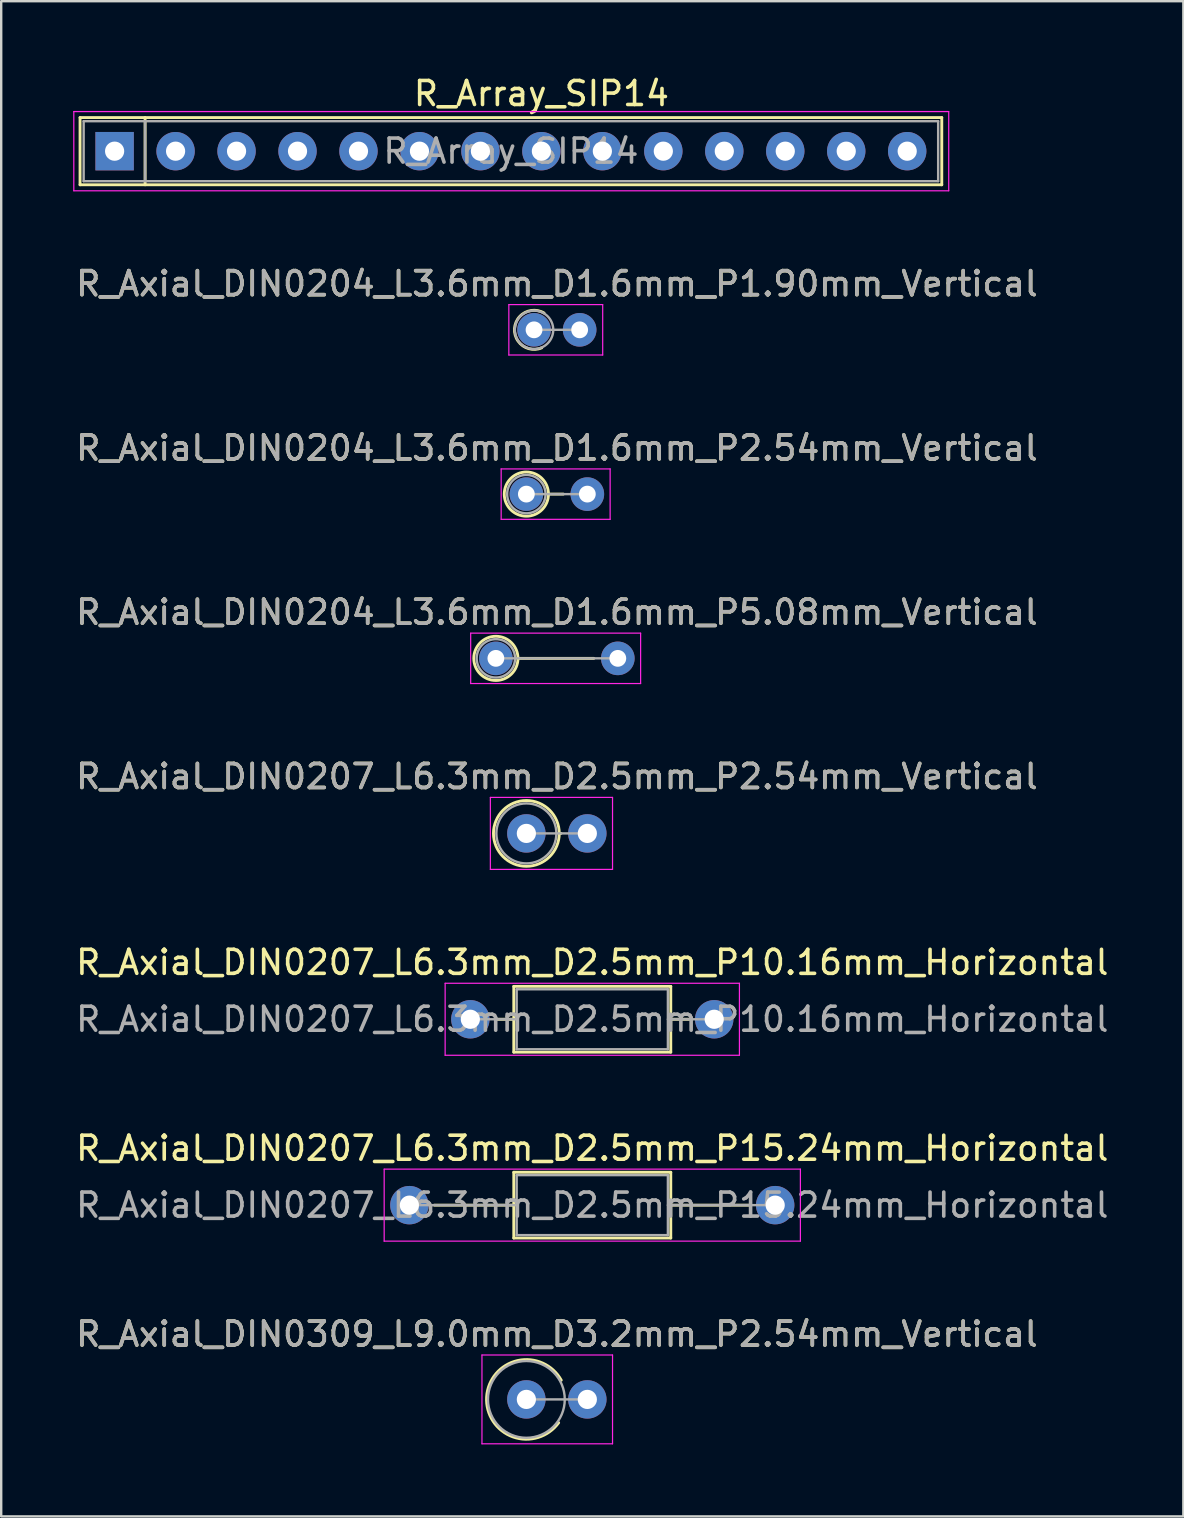
<source format=kicad_pcb>
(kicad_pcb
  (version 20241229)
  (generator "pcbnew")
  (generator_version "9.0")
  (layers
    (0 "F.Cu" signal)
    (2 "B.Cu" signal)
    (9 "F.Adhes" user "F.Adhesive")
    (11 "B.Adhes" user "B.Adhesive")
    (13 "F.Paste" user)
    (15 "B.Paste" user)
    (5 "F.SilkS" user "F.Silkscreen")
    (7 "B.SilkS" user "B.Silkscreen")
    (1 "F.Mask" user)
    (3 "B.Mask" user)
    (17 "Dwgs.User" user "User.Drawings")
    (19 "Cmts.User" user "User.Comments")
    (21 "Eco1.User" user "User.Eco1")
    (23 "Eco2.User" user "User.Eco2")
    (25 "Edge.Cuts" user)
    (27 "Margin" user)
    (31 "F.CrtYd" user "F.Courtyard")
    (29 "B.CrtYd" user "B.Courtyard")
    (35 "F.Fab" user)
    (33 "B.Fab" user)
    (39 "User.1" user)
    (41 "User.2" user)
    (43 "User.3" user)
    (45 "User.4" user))
  (footprint "R_Axial_DIN0309_L9.0mm_D3.2mm_P2.54mm_Vertical"
    (layer "F.Cu")
    (at 18.879 55.251)
    (property "Reference" "R_Axial_DIN0309_L9.0mm_D3.2mm_P2.54mm_Vertical" (at 1.27 -2.72 0) (layer "F.SilkS") (effects (font (size 1 1) (thickness 0.15))))
    (attr through_hole)
    (fp_arc (start 1.344775 0.97138) (mid -1.655812 -0.101418) (end 1.453272 -0.8) (stroke (width 0.12) (type solid)) (layer "F.SilkS"))
    (fp_line (start -1.85 -1.85) (end -1.85 1.85) (stroke (width 0.05) (type solid)) (layer "F.CrtYd"))
    (fp_line (start -1.85 1.85) (end 3.59 1.85) (stroke (width 0.05) (type solid)) (layer "F.CrtYd"))
    (fp_line (start 3.59 -1.85) (end -1.85 -1.85) (stroke (width 0.05) (type solid)) (layer "F.CrtYd"))
    (fp_line (start 3.59 1.85) (end 3.59 -1.85) (stroke (width 0.05) (type solid)) (layer "F.CrtYd"))
    (fp_line (start 0 0) (end 2.54 0) (stroke (width 0.1) (type solid)) (layer "F.Fab"))
    (fp_circle (center 0 0) (end 1.6 0) (stroke (width 0.1) (type solid)) (fill no) (layer "F.Fab"))
    (fp_text user "${REFERENCE}" (at 1.27 -2.72 0) (layer "F.Fab") (effects (font (size 1 1) (thickness 0.15))))
    (pad "1" thru_hole circle (at 0 0) (size 1.6 1.6) (drill 0.8) (layers "*.Cu" "*.Mask"))
    (pad "2" thru_hole oval (at 2.54 0) (size 1.6 1.6) (drill 0.8) (layers "*.Cu" "*.Mask")))
  (footprint "R_Axial_DIN0207_L6.3mm_D2.5mm_P10.16mm_Horizontal"
    (layer "F.Cu")
    (at 16.545 39.414)
    (property "Reference" "R_Axial_DIN0207_L6.3mm_D2.5mm_P10.16mm_Horizontal" (at 5.08 -2.37 0) (layer "F.SilkS") (effects (font (size 1 1) (thickness 0.15))))
    (attr through_hole)
    (fp_line (start 1.04 0) (end 1.81 0) (stroke (width 0.12) (type solid)) (layer "F.SilkS"))
    (fp_line (start 1.81 -1.37) (end 1.81 1.37) (stroke (width 0.12) (type solid)) (layer "F.SilkS"))
    (fp_line (start 1.81 1.37) (end 8.35 1.37) (stroke (width 0.12) (type solid)) (layer "F.SilkS"))
    (fp_line (start 8.35 -1.37) (end 1.81 -1.37) (stroke (width 0.12) (type solid)) (layer "F.SilkS"))
    (fp_line (start 8.35 1.37) (end 8.35 -1.37) (stroke (width 0.12) (type solid)) (layer "F.SilkS"))
    (fp_line (start 9.12 0) (end 8.35 0) (stroke (width 0.12) (type solid)) (layer "F.SilkS"))
    (fp_line (start -1.05 -1.5) (end -1.05 1.5) (stroke (width 0.05) (type solid)) (layer "F.CrtYd"))
    (fp_line (start -1.05 1.5) (end 11.21 1.5) (stroke (width 0.05) (type solid)) (layer "F.CrtYd"))
    (fp_line (start 11.21 -1.5) (end -1.05 -1.5) (stroke (width 0.05) (type solid)) (layer "F.CrtYd"))
    (fp_line (start 11.21 1.5) (end 11.21 -1.5) (stroke (width 0.05) (type solid)) (layer "F.CrtYd"))
    (fp_line (start 0 0) (end 1.93 0) (stroke (width 0.1) (type solid)) (layer "F.Fab"))
    (fp_line (start 1.93 -1.25) (end 1.93 1.25) (stroke (width 0.1) (type solid)) (layer "F.Fab"))
    (fp_line (start 1.93 1.25) (end 8.23 1.25) (stroke (width 0.1) (type solid)) (layer "F.Fab"))
    (fp_line (start 8.23 -1.25) (end 1.93 -1.25) (stroke (width 0.1) (type solid)) (layer "F.Fab"))
    (fp_line (start 8.23 1.25) (end 8.23 -1.25) (stroke (width 0.1) (type solid)) (layer "F.Fab"))
    (fp_line (start 10.16 0) (end 8.23 0) (stroke (width 0.1) (type solid)) (layer "F.Fab"))
    (fp_text user "${REFERENCE}" (at 5.08 0 0) (layer "F.Fab") (effects (font (size 1 1) (thickness 0.15))))
    (pad "1" thru_hole circle (at 0 0) (size 1.6 1.6) (drill 0.8) (layers "*.Cu" "*.Mask"))
    (pad "2" thru_hole oval (at 10.16 0) (size 1.6 1.6) (drill 0.8) (layers "*.Cu" "*.Mask")))
  (footprint "R_Axial_DIN0204_L3.6mm_D1.6mm_P5.08mm_Vertical"
    (layer "F.Cu")
    (at 17.609 24.378)
    (property "Reference" "R_Axial_DIN0204_L3.6mm_D1.6mm_P5.08mm_Vertical" (at 2.54 -1.92 0) (layer "F.SilkS") (effects (font (size 1 1) (thickness 0.15))))
    (attr through_hole)
    (fp_line (start 0.92 0) (end 4.08 0) (stroke (width 0.12) (type solid)) (layer "F.SilkS"))
    (fp_circle (center 0 0) (end 0.92 0) (stroke (width 0.12) (type solid)) (fill no) (layer "F.SilkS"))
    (fp_line (start -1.05 -1.05) (end -1.05 1.05) (stroke (width 0.05) (type solid)) (layer "F.CrtYd"))
    (fp_line (start -1.05 1.05) (end 6.03 1.05) (stroke (width 0.05) (type solid)) (layer "F.CrtYd"))
    (fp_line (start 6.03 -1.05) (end -1.05 -1.05) (stroke (width 0.05) (type solid)) (layer "F.CrtYd"))
    (fp_line (start 6.03 1.05) (end 6.03 -1.05) (stroke (width 0.05) (type solid)) (layer "F.CrtYd"))
    (fp_line (start 0 0) (end 5.08 0) (stroke (width 0.1) (type solid)) (layer "F.Fab"))
    (fp_circle (center 0 0) (end 0.8 0) (stroke (width 0.1) (type solid)) (fill no) (layer "F.Fab"))
    (fp_text user "${REFERENCE}" (at 2.54 -1.92 0) (layer "F.Fab") (effects (font (size 1 1) (thickness 0.15))))
    (pad "1" thru_hole circle (at 0 0) (size 1.4 1.4) (drill 0.7) (layers "*.Cu" "*.Mask"))
    (pad "2" thru_hole oval (at 5.08 0) (size 1.4 1.4) (drill 0.7) (layers "*.Cu" "*.Mask")))
  (footprint "R_Axial_DIN0204_L3.6mm_D1.6mm_P1.90mm_Vertical"
    (layer "F.Cu")
    (at 19.199 10.691)
    (property "Reference" "R_Axial_DIN0204_L3.6mm_D1.6mm_P1.90mm_Vertical" (at 0.95 -1.92 0) (layer "F.SilkS") (effects (font (size 1 1) (thickness 0.15))))
    (attr through_hole)
    (fp_arc (start 0.320095 0.749359) (mid -0.813042 -0.054435) (end 0.417133 -0.7) (stroke (width 0.12) (type solid)) (layer "F.SilkS"))
    (fp_line (start -1.05 -1.05) (end -1.05 1.05) (stroke (width 0.05) (type solid)) (layer "F.CrtYd"))
    (fp_line (start -1.05 1.05) (end 2.86 1.05) (stroke (width 0.05) (type solid)) (layer "F.CrtYd"))
    (fp_line (start 2.86 -1.05) (end -1.05 -1.05) (stroke (width 0.05) (type solid)) (layer "F.CrtYd"))
    (fp_line (start 2.86 1.05) (end 2.86 -1.05) (stroke (width 0.05) (type solid)) (layer "F.CrtYd"))
    (fp_line (start 0 0) (end 1.9 0) (stroke (width 0.1) (type solid)) (layer "F.Fab"))
    (fp_circle (center 0 0) (end 0.8 0) (stroke (width 0.1) (type solid)) (fill no) (layer "F.Fab"))
    (fp_text user "${REFERENCE}" (at 0.95 -1.92 0) (layer "F.Fab") (effects (font (size 1 1) (thickness 0.15))))
    (pad "1" thru_hole circle (at 0 0) (size 1.4 1.4) (drill 0.7) (layers "*.Cu" "*.Mask"))
    (pad "2" thru_hole oval (at 1.9 0) (size 1.4 1.4) (drill 0.7) (layers "*.Cu" "*.Mask")))
  (footprint "R_Axial_DIN0207_L6.3mm_D2.5mm_P15.24mm_Horizontal"
    (layer "F.Cu")
    (at 14.005 47.158)
    (property "Reference" "R_Axial_DIN0207_L6.3mm_D2.5mm_P15.24mm_Horizontal" (at 7.62 -2.37 0) (layer "F.SilkS") (effects (font (size 1 1) (thickness 0.15))))
    (attr through_hole)
    (fp_line (start 1.04 0) (end 4.35 0) (stroke (width 0.12) (type solid)) (layer "F.SilkS"))
    (fp_line (start 4.35 -1.37) (end 4.35 1.37) (stroke (width 0.12) (type solid)) (layer "F.SilkS"))
    (fp_line (start 4.35 1.37) (end 10.89 1.37) (stroke (width 0.12) (type solid)) (layer "F.SilkS"))
    (fp_line (start 10.89 -1.37) (end 4.35 -1.37) (stroke (width 0.12) (type solid)) (layer "F.SilkS"))
    (fp_line (start 10.89 1.37) (end 10.89 -1.37) (stroke (width 0.12) (type solid)) (layer "F.SilkS"))
    (fp_line (start 14.2 0) (end 10.89 0) (stroke (width 0.12) (type solid)) (layer "F.SilkS"))
    (fp_line (start -1.05 -1.5) (end -1.05 1.5) (stroke (width 0.05) (type solid)) (layer "F.CrtYd"))
    (fp_line (start -1.05 1.5) (end 16.29 1.5) (stroke (width 0.05) (type solid)) (layer "F.CrtYd"))
    (fp_line (start 16.29 -1.5) (end -1.05 -1.5) (stroke (width 0.05) (type solid)) (layer "F.CrtYd"))
    (fp_line (start 16.29 1.5) (end 16.29 -1.5) (stroke (width 0.05) (type solid)) (layer "F.CrtYd"))
    (fp_line (start 0 0) (end 4.47 0) (stroke (width 0.1) (type solid)) (layer "F.Fab"))
    (fp_line (start 4.47 -1.25) (end 4.47 1.25) (stroke (width 0.1) (type solid)) (layer "F.Fab"))
    (fp_line (start 4.47 1.25) (end 10.77 1.25) (stroke (width 0.1) (type solid)) (layer "F.Fab"))
    (fp_line (start 10.77 -1.25) (end 4.47 -1.25) (stroke (width 0.1) (type solid)) (layer "F.Fab"))
    (fp_line (start 10.77 1.25) (end 10.77 -1.25) (stroke (width 0.1) (type solid)) (layer "F.Fab"))
    (fp_line (start 15.24 0) (end 10.77 0) (stroke (width 0.1) (type solid)) (layer "F.Fab"))
    (fp_text user "${REFERENCE}" (at 7.62 0 0) (layer "F.Fab") (effects (font (size 1 1) (thickness 0.15))))
    (pad "1" thru_hole circle (at 0 0) (size 1.6 1.6) (drill 0.8) (layers "*.Cu" "*.Mask"))
    (pad "2" thru_hole oval (at 15.24 0) (size 1.6 1.6) (drill 0.8) (layers "*.Cu" "*.Mask")))
  (footprint "R_Axial_DIN0207_L6.3mm_D2.5mm_P2.54mm_Vertical"
    (layer "F.Cu")
    (at 18.879 31.671)
    (property "Reference" "R_Axial_DIN0207_L6.3mm_D2.5mm_P2.54mm_Vertical" (at 1.27 -2.37 0) (layer "F.SilkS") (effects (font (size 1 1) (thickness 0.15))))
    (attr through_hole)
    (fp_line (start 1.37 0) (end 1.44 0) (stroke (width 0.12) (type solid)) (layer "F.SilkS"))
    (fp_circle (center 0 0) (end 1.37 0) (stroke (width 0.12) (type solid)) (fill no) (layer "F.SilkS"))
    (fp_line (start -1.5 -1.5) (end -1.5 1.5) (stroke (width 0.05) (type solid)) (layer "F.CrtYd"))
    (fp_line (start -1.5 1.5) (end 3.59 1.5) (stroke (width 0.05) (type solid)) (layer "F.CrtYd"))
    (fp_line (start 3.59 -1.5) (end -1.5 -1.5) (stroke (width 0.05) (type solid)) (layer "F.CrtYd"))
    (fp_line (start 3.59 1.5) (end 3.59 -1.5) (stroke (width 0.05) (type solid)) (layer "F.CrtYd"))
    (fp_line (start 0 0) (end 2.54 0) (stroke (width 0.1) (type solid)) (layer "F.Fab"))
    (fp_circle (center 0 0) (end 1.25 0) (stroke (width 0.1) (type solid)) (fill no) (layer "F.Fab"))
    (fp_text user "${REFERENCE}" (at 1.27 -2.37 0) (layer "F.Fab") (effects (font (size 1 1) (thickness 0.15))))
    (pad "1" thru_hole circle (at 0 0) (size 1.6 1.6) (drill 0.8) (layers "*.Cu" "*.Mask"))
    (pad "2" thru_hole oval (at 2.54 0) (size 1.6 1.6) (drill 0.8) (layers "*.Cu" "*.Mask")))
  (footprint "R_Axial_DIN0204_L3.6mm_D1.6mm_P2.54mm_Vertical"
    (layer "F.Cu")
    (at 18.879 17.535)
    (property "Reference" "R_Axial_DIN0204_L3.6mm_D1.6mm_P2.54mm_Vertical" (at 1.27 -1.92 0) (layer "F.SilkS") (effects (font (size 1 1) (thickness 0.15))))
    (attr through_hole)
    (fp_line (start 0.92 0) (end 1.54 0) (stroke (width 0.12) (type solid)) (layer "F.SilkS"))
    (fp_circle (center 0 0) (end 0.92 0) (stroke (width 0.12) (type solid)) (fill no) (layer "F.SilkS"))
    (fp_line (start -1.05 -1.05) (end -1.05 1.05) (stroke (width 0.05) (type solid)) (layer "F.CrtYd"))
    (fp_line (start -1.05 1.05) (end 3.49 1.05) (stroke (width 0.05) (type solid)) (layer "F.CrtYd"))
    (fp_line (start 3.49 -1.05) (end -1.05 -1.05) (stroke (width 0.05) (type solid)) (layer "F.CrtYd"))
    (fp_line (start 3.49 1.05) (end 3.49 -1.05) (stroke (width 0.05) (type solid)) (layer "F.CrtYd"))
    (fp_line (start 0 0) (end 2.54 0) (stroke (width 0.1) (type solid)) (layer "F.Fab"))
    (fp_circle (center 0 0) (end 0.8 0) (stroke (width 0.1) (type solid)) (fill no) (layer "F.Fab"))
    (fp_text user "${REFERENCE}" (at 1.27 -1.92 0) (layer "F.Fab") (effects (font (size 1 1) (thickness 0.15))))
    (pad "1" thru_hole circle (at 0 0) (size 1.4 1.4) (drill 0.7) (layers "*.Cu" "*.Mask"))
    (pad "2" thru_hole oval (at 2.54 0) (size 1.4 1.4) (drill 0.7) (layers "*.Cu" "*.Mask")))
  (footprint "R_Array_SIP14"
    (layer "F.Cu")
    (at 1.725 3.248)
    (property "Reference" "R_Array_SIP14" (at 17.78 -2.4 0) (layer "F.SilkS") (effects (font (size 1 1) (thickness 0.15))))
    (attr through_hole)
    (fp_line (start -1.44 -1.4) (end -1.44 1.4) (stroke (width 0.12) (type solid)) (layer "F.SilkS"))
    (fp_line (start -1.44 1.4) (end 34.46 1.4) (stroke (width 0.12) (type solid)) (layer "F.SilkS"))
    (fp_line (start 1.27 -1.4) (end 1.27 1.4) (stroke (width 0.12) (type solid)) (layer "F.SilkS"))
    (fp_line (start 34.46 -1.4) (end -1.44 -1.4) (stroke (width 0.12) (type solid)) (layer "F.SilkS"))
    (fp_line (start 34.46 1.4) (end 34.46 -1.4) (stroke (width 0.12) (type solid)) (layer "F.SilkS"))
    (fp_line (start -1.7 -1.65) (end -1.7 1.65) (stroke (width 0.05) (type solid)) (layer "F.CrtYd"))
    (fp_line (start -1.7 1.65) (end 34.75 1.65) (stroke (width 0.05) (type solid)) (layer "F.CrtYd"))
    (fp_line (start 34.75 -1.65) (end -1.7 -1.65) (stroke (width 0.05) (type solid)) (layer "F.CrtYd"))
    (fp_line (start 34.75 1.65) (end 34.75 -1.65) (stroke (width 0.05) (type solid)) (layer "F.CrtYd"))
    (fp_line (start -1.29 -1.25) (end -1.29 1.25) (stroke (width 0.1) (type solid)) (layer "F.Fab"))
    (fp_line (start -1.29 1.25) (end 34.31 1.25) (stroke (width 0.1) (type solid)) (layer "F.Fab"))
    (fp_line (start 1.27 -1.25) (end 1.27 1.25) (stroke (width 0.1) (type solid)) (layer "F.Fab"))
    (fp_line (start 34.31 -1.25) (end -1.29 -1.25) (stroke (width 0.1) (type solid)) (layer "F.Fab"))
    (fp_line (start 34.31 1.25) (end 34.31 -1.25) (stroke (width 0.1) (type solid)) (layer "F.Fab"))
    (fp_text user "${REFERENCE}" (at 16.51 0 0) (layer "F.Fab") (effects (font (size 1 1) (thickness 0.15))))
    (pad "1" thru_hole rect (at 0 0) (size 1.6 1.6) (drill 0.8) (layers "*.Cu" "*.Mask"))
    (pad "2" thru_hole oval (at 2.54 0) (size 1.6 1.6) (drill 0.8) (layers "*.Cu" "*.Mask"))
    (pad "3" thru_hole oval (at 5.08 0) (size 1.6 1.6) (drill 0.8) (layers "*.Cu" "*.Mask"))
    (pad "4" thru_hole oval (at 7.62 0) (size 1.6 1.6) (drill 0.8) (layers "*.Cu" "*.Mask"))
    (pad "5" thru_hole oval (at 10.16 0) (size 1.6 1.6) (drill 0.8) (layers "*.Cu" "*.Mask"))
    (pad "6" thru_hole oval (at 12.7 0) (size 1.6 1.6) (drill 0.8) (layers "*.Cu" "*.Mask"))
    (pad "7" thru_hole oval (at 15.24 0) (size 1.6 1.6) (drill 0.8) (layers "*.Cu" "*.Mask"))
    (pad "8" thru_hole oval (at 17.78 0) (size 1.6 1.6) (drill 0.8) (layers "*.Cu" "*.Mask"))
    (pad "9" thru_hole oval (at 20.32 0) (size 1.6 1.6) (drill 0.8) (layers "*.Cu" "*.Mask"))
    (pad "10" thru_hole oval (at 22.86 0) (size 1.6 1.6) (drill 0.8) (layers "*.Cu" "*.Mask"))
    (pad "11" thru_hole oval (at 25.4 0) (size 1.6 1.6) (drill 0.8) (layers "*.Cu" "*.Mask"))
    (pad "12" thru_hole oval (at 27.94 0) (size 1.6 1.6) (drill 0.8) (layers "*.Cu" "*.Mask"))
    (pad "13" thru_hole oval (at 30.48 0) (size 1.6 1.6) (drill 0.8) (layers "*.Cu" "*.Mask"))
    (pad "14" thru_hole oval (at 33.02 0) (size 1.6 1.6) (drill 0.8) (layers "*.Cu" "*.Mask")))
  (gr_rect
    (start -3 -3)
    (end 46.25 60.126)
    (stroke (width 0.1) (type default))
    (fill no)
    (layer "Edge.Cuts")))
</source>
